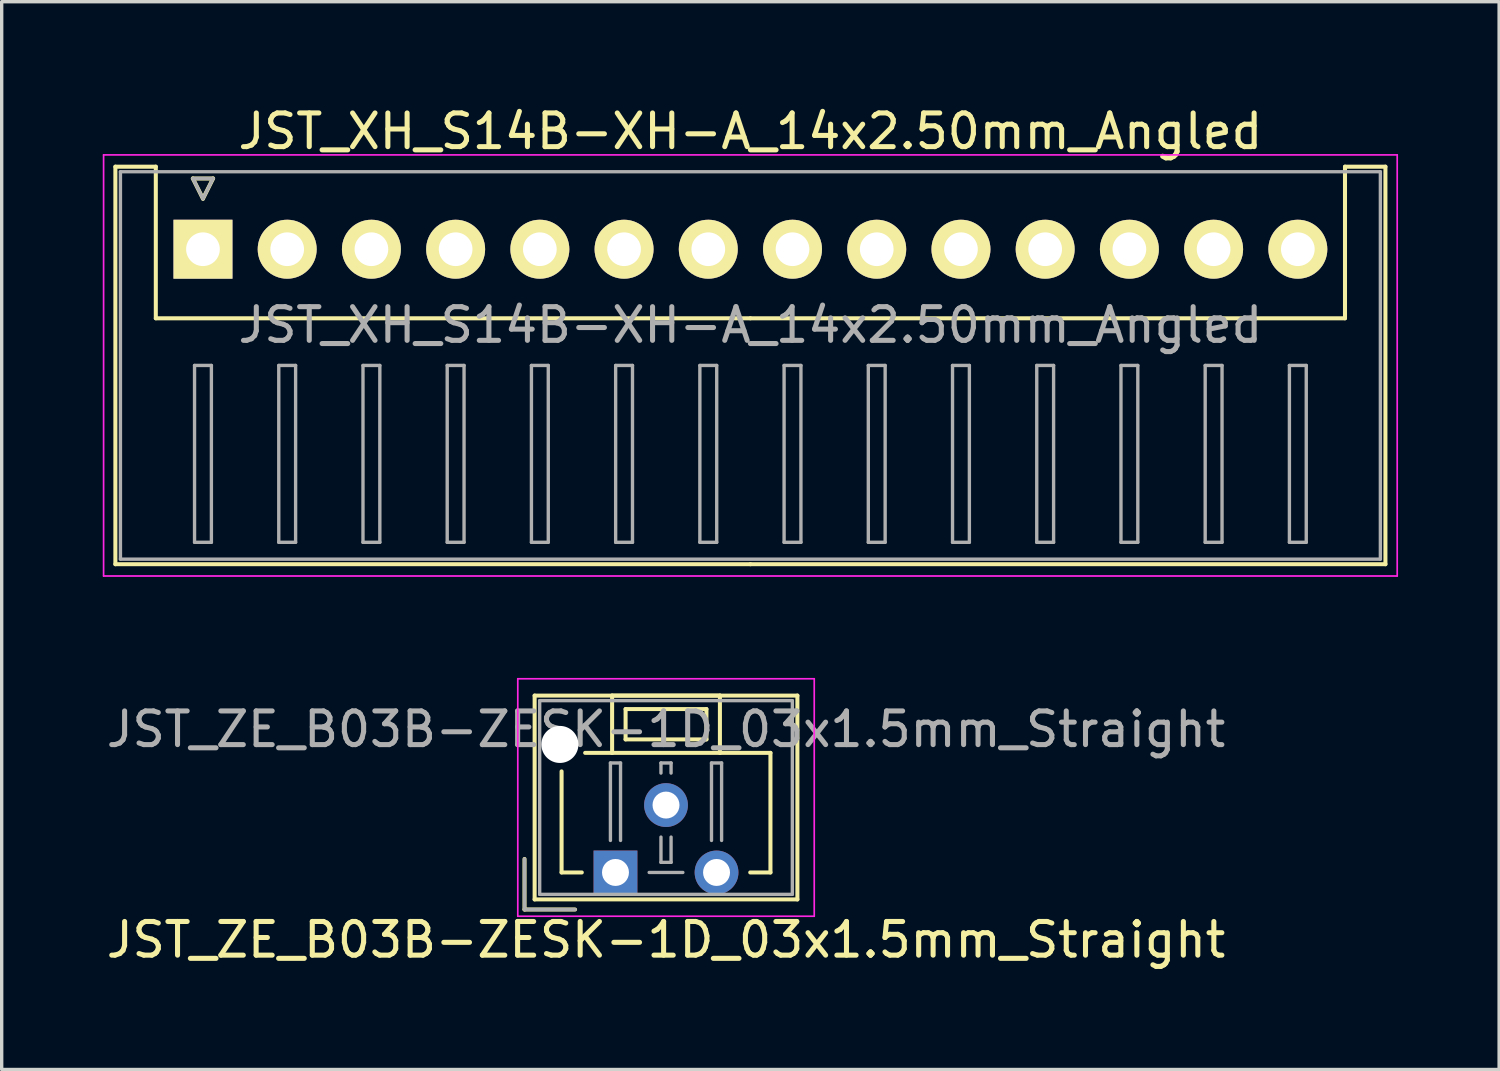
<source format=kicad_pcb>
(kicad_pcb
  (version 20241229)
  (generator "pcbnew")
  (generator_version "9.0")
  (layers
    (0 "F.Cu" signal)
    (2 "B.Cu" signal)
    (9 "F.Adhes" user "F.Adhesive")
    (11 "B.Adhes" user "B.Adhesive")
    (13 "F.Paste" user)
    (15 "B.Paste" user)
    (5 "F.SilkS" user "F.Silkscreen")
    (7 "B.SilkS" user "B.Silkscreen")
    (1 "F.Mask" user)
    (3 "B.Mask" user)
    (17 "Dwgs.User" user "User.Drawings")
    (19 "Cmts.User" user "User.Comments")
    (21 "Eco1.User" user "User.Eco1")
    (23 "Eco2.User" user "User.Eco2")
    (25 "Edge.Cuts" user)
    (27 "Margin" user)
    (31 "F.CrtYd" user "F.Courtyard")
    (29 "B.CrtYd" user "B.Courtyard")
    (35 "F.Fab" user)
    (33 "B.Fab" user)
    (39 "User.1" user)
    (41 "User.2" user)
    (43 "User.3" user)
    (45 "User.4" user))
  (footprint "JST_ZE_B03B-ZESK-1D_03x1.5mm_Straight"
    (layer "F.Cu")
    (at 15.22 22.848)
    (property "Reference" "JST_ZE_B03B-ZESK-1D_03x1.5mm_Straight" (at 1.5 2 0) (layer "F.SilkS") (effects (font (size 1 1) (thickness 0.15))))
    (attr through_hole)
    (fp_line (start -2.7 -0.4) (end -2.7 1.1) (stroke (width 0.12) (type solid)) (layer "F.SilkS"))
    (fp_line (start -2.7 1.1) (end -1.2 1.1) (stroke (width 0.12) (type solid)) (layer "F.SilkS"))
    (fp_line (start -2.4 -5.25) (end -2.4 0.8) (stroke (width 0.12) (type solid)) (layer "F.SilkS"))
    (fp_line (start -2.4 0.8) (end 5.4 0.8) (stroke (width 0.12) (type solid)) (layer "F.SilkS"))
    (fp_line (start -1.6 -3) (end -1.6 0) (stroke (width 0.12) (type solid)) (layer "F.SilkS"))
    (fp_line (start -1.6 0) (end -1 0) (stroke (width 0.12) (type solid)) (layer "F.SilkS"))
    (fp_line (start -0.1 -5.25) (end -0.1 -3.55) (stroke (width 0.12) (type solid)) (layer "F.SilkS"))
    (fp_line (start -0.1 -3.55) (end -0.9 -3.55) (stroke (width 0.12) (type solid)) (layer "F.SilkS"))
    (fp_line (start -0.1 -3.55) (end 3.1 -3.55) (stroke (width 0.12) (type solid)) (layer "F.SilkS"))
    (fp_line (start 0.3 -4.85) (end 0.3 -3.95) (stroke (width 0.12) (type solid)) (layer "F.SilkS"))
    (fp_line (start 0.3 -3.95) (end 2.7 -3.95) (stroke (width 0.12) (type solid)) (layer "F.SilkS"))
    (fp_line (start 2.7 -4.85) (end 0.3 -4.85) (stroke (width 0.12) (type solid)) (layer "F.SilkS"))
    (fp_line (start 2.7 -3.95) (end 2.7 -4.85) (stroke (width 0.12) (type solid)) (layer "F.SilkS"))
    (fp_line (start 3.1 -5.25) (end -0.1 -5.25) (stroke (width 0.12) (type solid)) (layer "F.SilkS"))
    (fp_line (start 3.1 -3.55) (end 3.1 -5.25) (stroke (width 0.12) (type solid)) (layer "F.SilkS"))
    (fp_line (start 3.1 -3.55) (end 4.6 -3.55) (stroke (width 0.12) (type solid)) (layer "F.SilkS"))
    (fp_line (start 4.6 -3.55) (end 4.6 0) (stroke (width 0.12) (type solid)) (layer "F.SilkS"))
    (fp_line (start 4.6 0) (end 4 0) (stroke (width 0.12) (type solid)) (layer "F.SilkS"))
    (fp_line (start 5.4 -5.25) (end -2.4 -5.25) (stroke (width 0.12) (type solid)) (layer "F.SilkS"))
    (fp_line (start 5.4 0.8) (end 5.4 -5.25) (stroke (width 0.12) (type solid)) (layer "F.SilkS"))
    (fp_line (start -2.9 -5.75) (end -2.9 1.3) (stroke (width 0.05) (type solid)) (layer "F.CrtYd"))
    (fp_line (start -2.9 1.3) (end 5.9 1.3) (stroke (width 0.05) (type solid)) (layer "F.CrtYd"))
    (fp_line (start 5.9 -5.75) (end -2.9 -5.75) (stroke (width 0.05) (type solid)) (layer "F.CrtYd"))
    (fp_line (start 5.9 1.3) (end 5.9 -5.75) (stroke (width 0.05) (type solid)) (layer "F.CrtYd"))
    (fp_line (start -2.7 -0.4) (end -2.7 1.1) (stroke (width 0.1) (type solid)) (layer "F.Fab"))
    (fp_line (start -2.7 1.1) (end -1.2 1.1) (stroke (width 0.1) (type solid)) (layer "F.Fab"))
    (fp_line (start -2.25 -5.1) (end -2.25 0.65) (stroke (width 0.1) (type solid)) (layer "F.Fab"))
    (fp_line (start -2.25 0.65) (end 5.25 0.65) (stroke (width 0.1) (type solid)) (layer "F.Fab"))
    (fp_line (start -0.15 -3.25) (end 0.15 -3.25) (stroke (width 0.1) (type solid)) (layer "F.Fab"))
    (fp_line (start -0.15 -0.95) (end -0.15 -3.25) (stroke (width 0.1) (type solid)) (layer "F.Fab"))
    (fp_line (start 0.15 -3.25) (end 0.15 -0.95) (stroke (width 0.1) (type solid)) (layer "F.Fab"))
    (fp_line (start 1 0) (end 2 0) (stroke (width 0.1) (type solid)) (layer "F.Fab"))
    (fp_line (start 1.35 -3.25) (end 1.65 -3.25) (stroke (width 0.1) (type solid)) (layer "F.Fab"))
    (fp_line (start 1.35 -2.95) (end 1.35 -3.25) (stroke (width 0.1) (type solid)) (layer "F.Fab"))
    (fp_line (start 1.35 -1.05) (end 1.35 -0.3) (stroke (width 0.1) (type solid)) (layer "F.Fab"))
    (fp_line (start 1.35 -0.3) (end 1.65 -0.3) (stroke (width 0.1) (type solid)) (layer "F.Fab"))
    (fp_line (start 1.65 -3.25) (end 1.65 -2.95) (stroke (width 0.1) (type solid)) (layer "F.Fab"))
    (fp_line (start 1.65 -0.3) (end 1.65 -1.05) (stroke (width 0.1) (type solid)) (layer "F.Fab"))
    (fp_line (start 2.85 -3.25) (end 3.15 -3.25) (stroke (width 0.1) (type solid)) (layer "F.Fab"))
    (fp_line (start 2.85 -0.95) (end 2.85 -3.25) (stroke (width 0.1) (type solid)) (layer "F.Fab"))
    (fp_line (start 3.15 -3.25) (end 3.15 -0.95) (stroke (width 0.1) (type solid)) (layer "F.Fab"))
    (fp_line (start 5.25 -5.1) (end -2.25 -5.1) (stroke (width 0.1) (type solid)) (layer "F.Fab"))
    (fp_line (start 5.25 0.65) (end 5.25 -5.1) (stroke (width 0.1) (type solid)) (layer "F.Fab"))
    (fp_text user "${REFERENCE}" (at 1.5 -4.25 0) (layer "F.Fab") (effects (font (size 1 1) (thickness 0.15))))
    (pad "" np_thru_hole circle (at -1.65 -3.8) (size 1.1 1.1) (drill 1.1) (layers "*.Cu"))
    (pad "1" thru_hole rect (at 0 0) (size 1.3 1.3) (drill 0.8) (layers "*.Cu" "*.Mask"))
    (pad "2" thru_hole circle (at 1.5 -2) (size 1.3 1.3) (drill 0.8) (layers "*.Cu" "*.Mask"))
    (pad "3" thru_hole circle (at 3 0) (size 1.3 1.3) (drill 0.8) (layers "*.Cu" "*.Mask")))
  (footprint "JST_XH_S14B-XH-A_14x2.50mm_Angled"
    (layer "F.Cu")
    (at 2.975 4.348)
    (property "Reference" "JST_XH_S14B-XH-A_14x2.50mm_Angled" (at 16.25 -3.5 0) (layer "F.SilkS") (effects (font (size 1 1) (thickness 0.15))))
    (attr through_hole)
    (fp_line (start -2.6 -2.45) (end -1.4 -2.45) (stroke (width 0.12) (type solid)) (layer "F.SilkS"))
    (fp_line (start -2.6 9.35) (end -2.6 -2.45) (stroke (width 0.12) (type solid)) (layer "F.SilkS"))
    (fp_line (start -1.4 -2.45) (end -1.4 2.05) (stroke (width 0.12) (type solid)) (layer "F.SilkS"))
    (fp_line (start -1.4 2.05) (end 16.25 2.05) (stroke (width 0.12) (type solid)) (layer "F.SilkS"))
    (fp_line (start -0.3 -2.1) (end 0.3 -2.1) (stroke (width 0.12) (type solid)) (layer "F.SilkS"))
    (fp_line (start 0 -1.5) (end -0.3 -2.1) (stroke (width 0.12) (type solid)) (layer "F.SilkS"))
    (fp_line (start 0.3 -2.1) (end 0 -1.5) (stroke (width 0.12) (type solid)) (layer "F.SilkS"))
    (fp_line (start 16.25 9.35) (end -2.6 9.35) (stroke (width 0.12) (type solid)) (layer "F.SilkS"))
    (fp_line (start 16.25 9.35) (end 35.1 9.35) (stroke (width 0.12) (type solid)) (layer "F.SilkS"))
    (fp_line (start 33.9 -2.45) (end 33.9 2.05) (stroke (width 0.12) (type solid)) (layer "F.SilkS"))
    (fp_line (start 33.9 2.05) (end 16.25 2.05) (stroke (width 0.12) (type solid)) (layer "F.SilkS"))
    (fp_line (start 35.1 -2.45) (end 33.9 -2.45) (stroke (width 0.12) (type solid)) (layer "F.SilkS"))
    (fp_line (start 35.1 9.35) (end 35.1 -2.45) (stroke (width 0.12) (type solid)) (layer "F.SilkS"))
    (fp_line (start -2.95 -2.8) (end -2.95 9.7) (stroke (width 0.05) (type solid)) (layer "F.CrtYd"))
    (fp_line (start -2.95 9.7) (end 35.45 9.7) (stroke (width 0.05) (type solid)) (layer "F.CrtYd"))
    (fp_line (start 35.45 -2.8) (end -2.95 -2.8) (stroke (width 0.05) (type solid)) (layer "F.CrtYd"))
    (fp_line (start 35.45 9.7) (end 35.45 -2.8) (stroke (width 0.05) (type solid)) (layer "F.CrtYd"))
    (fp_line (start -2.45 -2.3) (end -2.45 9.2) (stroke (width 0.1) (type solid)) (layer "F.Fab"))
    (fp_line (start -2.45 9.2) (end 34.95 9.2) (stroke (width 0.1) (type solid)) (layer "F.Fab"))
    (fp_line (start -0.3 -2.1) (end 0.3 -2.1) (stroke (width 0.1) (type solid)) (layer "F.Fab"))
    (fp_line (start -0.25 3.45) (end -0.25 8.7) (stroke (width 0.1) (type solid)) (layer "F.Fab"))
    (fp_line (start -0.25 8.7) (end 0.25 8.7) (stroke (width 0.1) (type solid)) (layer "F.Fab"))
    (fp_line (start 0 -1.5) (end -0.3 -2.1) (stroke (width 0.1) (type solid)) (layer "F.Fab"))
    (fp_line (start 0.25 3.45) (end -0.25 3.45) (stroke (width 0.1) (type solid)) (layer "F.Fab"))
    (fp_line (start 0.25 8.7) (end 0.25 3.45) (stroke (width 0.1) (type solid)) (layer "F.Fab"))
    (fp_line (start 0.3 -2.1) (end 0 -1.5) (stroke (width 0.1) (type solid)) (layer "F.Fab"))
    (fp_line (start 2.25 3.45) (end 2.25 8.7) (stroke (width 0.1) (type solid)) (layer "F.Fab"))
    (fp_line (start 2.25 8.7) (end 2.75 8.7) (stroke (width 0.1) (type solid)) (layer "F.Fab"))
    (fp_line (start 2.75 3.45) (end 2.25 3.45) (stroke (width 0.1) (type solid)) (layer "F.Fab"))
    (fp_line (start 2.75 8.7) (end 2.75 3.45) (stroke (width 0.1) (type solid)) (layer "F.Fab"))
    (fp_line (start 4.75 3.45) (end 4.75 8.7) (stroke (width 0.1) (type solid)) (layer "F.Fab"))
    (fp_line (start 4.75 8.7) (end 5.25 8.7) (stroke (width 0.1) (type solid)) (layer "F.Fab"))
    (fp_line (start 5.25 3.45) (end 4.75 3.45) (stroke (width 0.1) (type solid)) (layer "F.Fab"))
    (fp_line (start 5.25 8.7) (end 5.25 3.45) (stroke (width 0.1) (type solid)) (layer "F.Fab"))
    (fp_line (start 7.25 3.45) (end 7.25 8.7) (stroke (width 0.1) (type solid)) (layer "F.Fab"))
    (fp_line (start 7.25 8.7) (end 7.75 8.7) (stroke (width 0.1) (type solid)) (layer "F.Fab"))
    (fp_line (start 7.75 3.45) (end 7.25 3.45) (stroke (width 0.1) (type solid)) (layer "F.Fab"))
    (fp_line (start 7.75 8.7) (end 7.75 3.45) (stroke (width 0.1) (type solid)) (layer "F.Fab"))
    (fp_line (start 9.75 3.45) (end 9.75 8.7) (stroke (width 0.1) (type solid)) (layer "F.Fab"))
    (fp_line (start 9.75 8.7) (end 10.25 8.7) (stroke (width 0.1) (type solid)) (layer "F.Fab"))
    (fp_line (start 10.25 3.45) (end 9.75 3.45) (stroke (width 0.1) (type solid)) (layer "F.Fab"))
    (fp_line (start 10.25 8.7) (end 10.25 3.45) (stroke (width 0.1) (type solid)) (layer "F.Fab"))
    (fp_line (start 12.25 3.45) (end 12.25 8.7) (stroke (width 0.1) (type solid)) (layer "F.Fab"))
    (fp_line (start 12.25 8.7) (end 12.75 8.7) (stroke (width 0.1) (type solid)) (layer "F.Fab"))
    (fp_line (start 12.75 3.45) (end 12.25 3.45) (stroke (width 0.1) (type solid)) (layer "F.Fab"))
    (fp_line (start 12.75 8.7) (end 12.75 3.45) (stroke (width 0.1) (type solid)) (layer "F.Fab"))
    (fp_line (start 14.75 3.45) (end 14.75 8.7) (stroke (width 0.1) (type solid)) (layer "F.Fab"))
    (fp_line (start 14.75 8.7) (end 15.25 8.7) (stroke (width 0.1) (type solid)) (layer "F.Fab"))
    (fp_line (start 15.25 3.45) (end 14.75 3.45) (stroke (width 0.1) (type solid)) (layer "F.Fab"))
    (fp_line (start 15.25 8.7) (end 15.25 3.45) (stroke (width 0.1) (type solid)) (layer "F.Fab"))
    (fp_line (start 17.25 3.45) (end 17.25 8.7) (stroke (width 0.1) (type solid)) (layer "F.Fab"))
    (fp_line (start 17.25 8.7) (end 17.75 8.7) (stroke (width 0.1) (type solid)) (layer "F.Fab"))
    (fp_line (start 17.75 3.45) (end 17.25 3.45) (stroke (width 0.1) (type solid)) (layer "F.Fab"))
    (fp_line (start 17.75 8.7) (end 17.75 3.45) (stroke (width 0.1) (type solid)) (layer "F.Fab"))
    (fp_line (start 19.75 3.45) (end 19.75 8.7) (stroke (width 0.1) (type solid)) (layer "F.Fab"))
    (fp_line (start 19.75 8.7) (end 20.25 8.7) (stroke (width 0.1) (type solid)) (layer "F.Fab"))
    (fp_line (start 20.25 3.45) (end 19.75 3.45) (stroke (width 0.1) (type solid)) (layer "F.Fab"))
    (fp_line (start 20.25 8.7) (end 20.25 3.45) (stroke (width 0.1) (type solid)) (layer "F.Fab"))
    (fp_line (start 22.25 3.45) (end 22.25 8.7) (stroke (width 0.1) (type solid)) (layer "F.Fab"))
    (fp_line (start 22.25 8.7) (end 22.75 8.7) (stroke (width 0.1) (type solid)) (layer "F.Fab"))
    (fp_line (start 22.75 3.45) (end 22.25 3.45) (stroke (width 0.1) (type solid)) (layer "F.Fab"))
    (fp_line (start 22.75 8.7) (end 22.75 3.45) (stroke (width 0.1) (type solid)) (layer "F.Fab"))
    (fp_line (start 24.75 3.45) (end 24.75 8.7) (stroke (width 0.1) (type solid)) (layer "F.Fab"))
    (fp_line (start 24.75 8.7) (end 25.25 8.7) (stroke (width 0.1) (type solid)) (layer "F.Fab"))
    (fp_line (start 25.25 3.45) (end 24.75 3.45) (stroke (width 0.1) (type solid)) (layer "F.Fab"))
    (fp_line (start 25.25 8.7) (end 25.25 3.45) (stroke (width 0.1) (type solid)) (layer "F.Fab"))
    (fp_line (start 27.25 3.45) (end 27.25 8.7) (stroke (width 0.1) (type solid)) (layer "F.Fab"))
    (fp_line (start 27.25 8.7) (end 27.75 8.7) (stroke (width 0.1) (type solid)) (layer "F.Fab"))
    (fp_line (start 27.75 3.45) (end 27.25 3.45) (stroke (width 0.1) (type solid)) (layer "F.Fab"))
    (fp_line (start 27.75 8.7) (end 27.75 3.45) (stroke (width 0.1) (type solid)) (layer "F.Fab"))
    (fp_line (start 29.75 3.45) (end 29.75 8.7) (stroke (width 0.1) (type solid)) (layer "F.Fab"))
    (fp_line (start 29.75 8.7) (end 30.25 8.7) (stroke (width 0.1) (type solid)) (layer "F.Fab"))
    (fp_line (start 30.25 3.45) (end 29.75 3.45) (stroke (width 0.1) (type solid)) (layer "F.Fab"))
    (fp_line (start 30.25 8.7) (end 30.25 3.45) (stroke (width 0.1) (type solid)) (layer "F.Fab"))
    (fp_line (start 32.25 3.45) (end 32.25 8.7) (stroke (width 0.1) (type solid)) (layer "F.Fab"))
    (fp_line (start 32.25 8.7) (end 32.75 8.7) (stroke (width 0.1) (type solid)) (layer "F.Fab"))
    (fp_line (start 32.75 3.45) (end 32.25 3.45) (stroke (width 0.1) (type solid)) (layer "F.Fab"))
    (fp_line (start 32.75 8.7) (end 32.75 3.45) (stroke (width 0.1) (type solid)) (layer "F.Fab"))
    (fp_line (start 34.95 -2.3) (end -2.45 -2.3) (stroke (width 0.1) (type solid)) (layer "F.Fab"))
    (fp_line (start 34.95 9.2) (end 34.95 -2.3) (stroke (width 0.1) (type solid)) (layer "F.Fab"))
    (fp_text user "${REFERENCE}" (at 16.25 2.25 0) (layer "F.Fab") (effects (font (size 1 1) (thickness 0.15))))
    (pad "1" thru_hole rect (at 0 0) (size 1.75 1.75) (drill 1) (layers "*.Cu" "*.Mask" "F.SilkS"))
    (pad "2" thru_hole circle (at 2.5 0) (size 1.75 1.75) (drill 1) (layers "*.Cu" "*.Mask" "F.SilkS"))
    (pad "3" thru_hole circle (at 5 0) (size 1.75 1.75) (drill 1) (layers "*.Cu" "*.Mask" "F.SilkS"))
    (pad "4" thru_hole circle (at 7.5 0) (size 1.75 1.75) (drill 1) (layers "*.Cu" "*.Mask" "F.SilkS"))
    (pad "5" thru_hole circle (at 10 0) (size 1.75 1.75) (drill 1) (layers "*.Cu" "*.Mask" "F.SilkS"))
    (pad "6" thru_hole circle (at 12.5 0) (size 1.75 1.75) (drill 1) (layers "*.Cu" "*.Mask" "F.SilkS"))
    (pad "7" thru_hole circle (at 15 0) (size 1.75 1.75) (drill 1) (layers "*.Cu" "*.Mask" "F.SilkS"))
    (pad "8" thru_hole circle (at 17.5 0) (size 1.75 1.75) (drill 1) (layers "*.Cu" "*.Mask" "F.SilkS"))
    (pad "9" thru_hole circle (at 20 0) (size 1.75 1.75) (drill 1) (layers "*.Cu" "*.Mask" "F.SilkS"))
    (pad "10" thru_hole circle (at 22.5 0) (size 1.75 1.75) (drill 1) (layers "*.Cu" "*.Mask" "F.SilkS"))
    (pad "11" thru_hole circle (at 25 0) (size 1.75 1.75) (drill 1) (layers "*.Cu" "*.Mask" "F.SilkS"))
    (pad "12" thru_hole circle (at 27.5 0) (size 1.75 1.75) (drill 1) (layers "*.Cu" "*.Mask" "F.SilkS"))
    (pad "13" thru_hole circle (at 30 0) (size 1.75 1.75) (drill 1) (layers "*.Cu" "*.Mask" "F.SilkS"))
    (pad "14" thru_hole circle (at 32.5 0) (size 1.75 1.75) (drill 1) (layers "*.Cu" "*.Mask" "F.SilkS")))
  (gr_rect
    (start -3 -3)
    (end 41.45 28.697)
    (stroke (width 0.1) (type default))
    (fill no)
    (layer "Edge.Cuts")))
</source>
